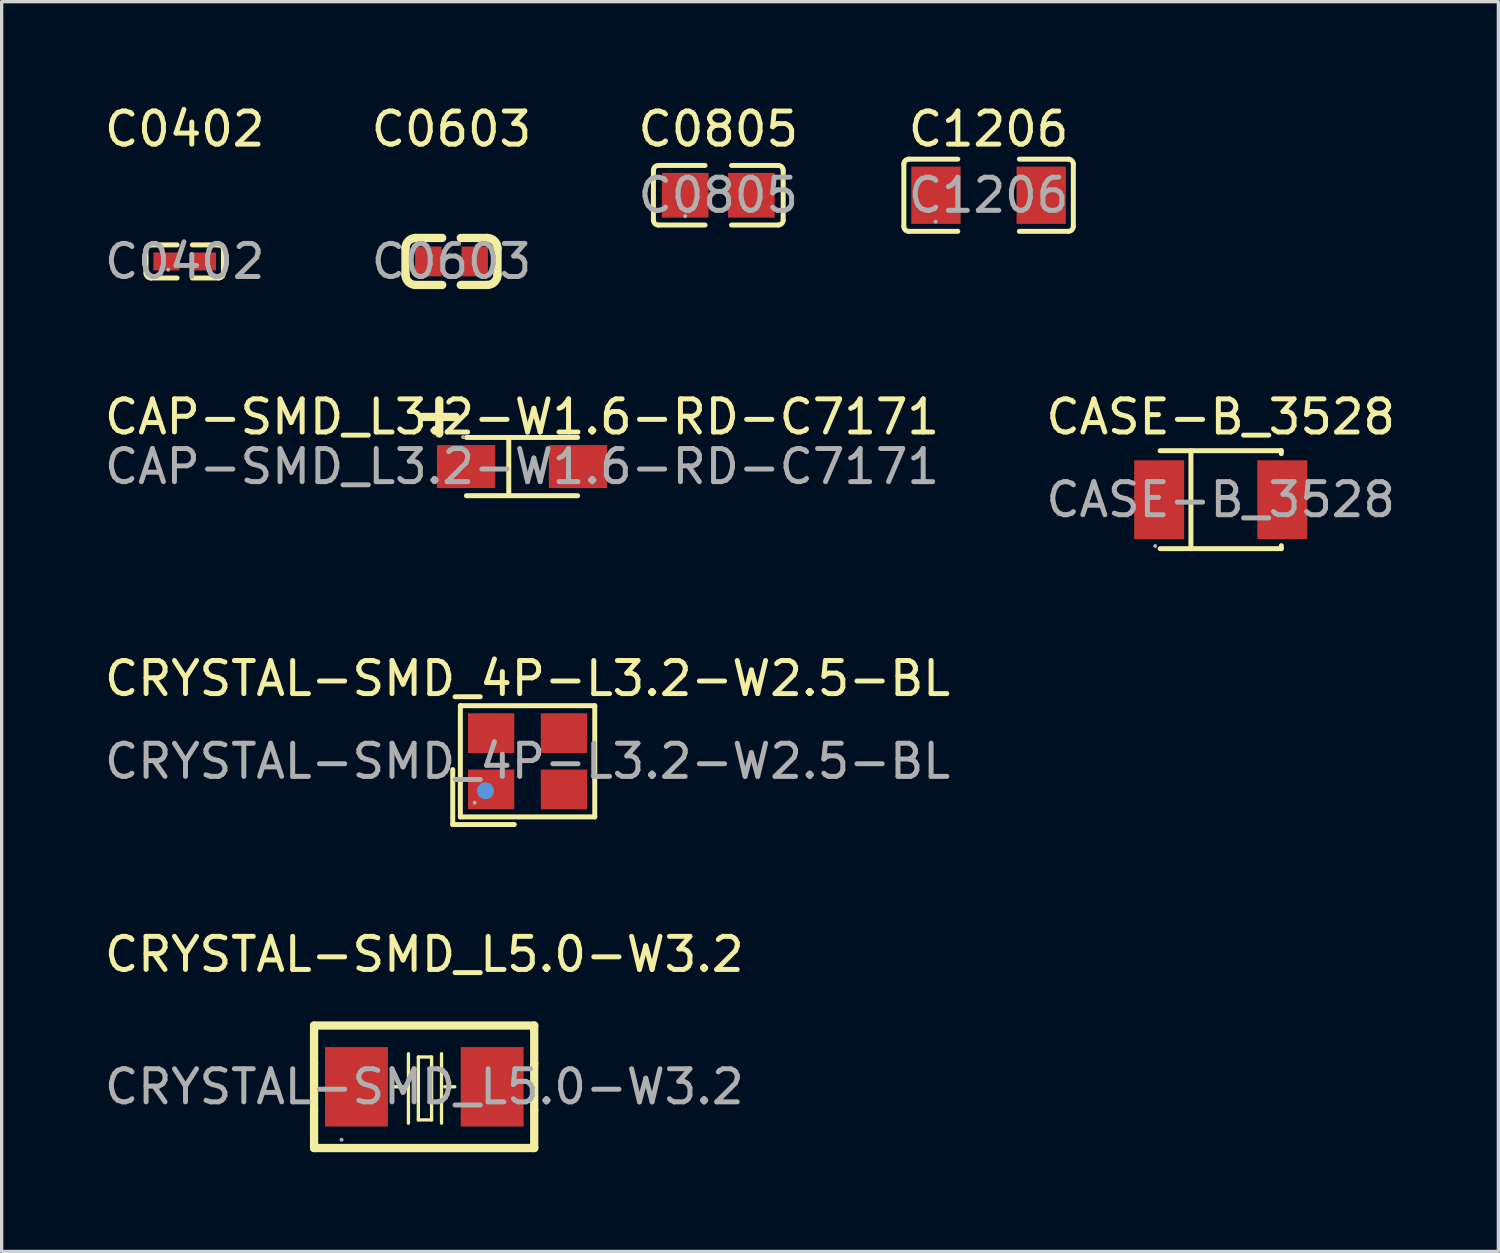
<source format=kicad_pcb>
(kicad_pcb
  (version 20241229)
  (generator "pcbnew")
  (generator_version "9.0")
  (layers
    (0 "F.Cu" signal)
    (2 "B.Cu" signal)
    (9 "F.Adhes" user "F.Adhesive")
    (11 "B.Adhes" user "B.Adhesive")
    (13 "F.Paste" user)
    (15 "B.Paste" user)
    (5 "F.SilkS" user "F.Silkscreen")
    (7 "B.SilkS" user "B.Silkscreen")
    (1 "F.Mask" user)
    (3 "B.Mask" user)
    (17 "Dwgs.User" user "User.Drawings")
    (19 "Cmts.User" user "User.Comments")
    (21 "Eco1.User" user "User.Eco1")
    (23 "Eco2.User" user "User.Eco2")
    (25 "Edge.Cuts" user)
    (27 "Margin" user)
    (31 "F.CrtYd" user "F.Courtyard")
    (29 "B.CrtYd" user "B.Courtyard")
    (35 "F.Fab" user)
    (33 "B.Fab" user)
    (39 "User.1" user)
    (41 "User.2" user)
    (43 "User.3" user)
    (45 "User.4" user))
  (footprint "CRYSTAL-SMD_4P-L3.2-W2.5-BL"
    (layer "F.Cu")
    (at 12.887 19.948)
    (property "Reference" "CRYSTAL-SMD_4P-L3.2-W2.5-BL" (at 0 -2.5 0) (layer "F.SilkS") (effects (font (size 1 1) (thickness 0.15))))
    (attr smd)
    (fp_line (start -2.26 0.25) (end -2.26 1.91) (stroke (width 0.15) (type solid)) (layer "F.SilkS"))
    (fp_line (start -2.26 1.91) (end -0.4 1.91) (stroke (width 0.15) (type solid)) (layer "F.SilkS"))
    (fp_line (start -2.03 -1.68) (end 2.03 -1.68) (stroke (width 0.15) (type solid)) (layer "F.SilkS"))
    (fp_line (start -2.03 1.68) (end -2.03 -1.68) (stroke (width 0.15) (type solid)) (layer "F.SilkS"))
    (fp_line (start 2.03 -1.68) (end 2.03 1.68) (stroke (width 0.15) (type solid)) (layer "F.SilkS"))
    (fp_line (start 2.03 1.68) (end -2.03 1.68) (stroke (width 0.15) (type solid)) (layer "F.SilkS"))
    (fp_circle (center -1.27 0.89) (end -1.14 0.89) (stroke (width 0.25) (type solid)) (fill no) (layer "Cmts.User"))
    (fp_circle (center -1.6 1.25) (end -1.57 1.25) (stroke (width 0.06) (type solid)) (fill no) (layer "F.Fab"))
    (fp_text user "${REFERENCE}" (at 0 0 0) (layer "F.Fab") (effects (font (size 1 1) (thickness 0.15))))
    (pad "1" smd rect (at -1.1 0.85) (size 1.4 1.2) (layers "F.Cu" "F.Mask" "F.Paste"))
    (pad "2" smd rect (at 1.1 0.85) (size 1.4 1.2) (layers "F.Cu" "F.Mask" "F.Paste"))
    (pad "3" smd rect (at 1.1 -0.85) (size 1.4 1.2) (layers "F.Cu" "F.Mask" "F.Paste"))
    (pad "4" smd rect (at -1.1 -0.85) (size 1.4 1.2) (layers "F.Cu" "F.Mask" "F.Paste")))
  (footprint "CASE-B_3528"
    (layer "F.Cu")
    (at 33.827 12.045)
    (property "Reference" "CASE-B_3528" (at 0 -2.5 0) (layer "F.SilkS") (effects (font (size 1 1) (thickness 0.15))))
    (attr smd)
    (fp_line (start -0.9 1.48) (end -0.9 -1.48) (stroke (width 0.15) (type solid)) (layer "F.SilkS"))
    (fp_line (start 1.83 -1.48) (end -1.83 -1.48) (stroke (width 0.15) (type solid)) (layer "F.SilkS"))
    (fp_line (start 1.83 -1.48) (end 1.83 -1.39) (stroke (width 0.15) (type solid)) (layer "F.SilkS"))
    (fp_line (start 1.83 1.48) (end -1.83 1.48) (stroke (width 0.15) (type solid)) (layer "F.SilkS"))
    (fp_line (start 1.83 1.48) (end 1.83 1.39) (stroke (width 0.15) (type solid)) (layer "F.SilkS"))
    (fp_circle (center -1.98 1.4) (end -1.95 1.4) (stroke (width 0.06) (type solid)) (fill no) (layer "F.Fab"))
    (fp_text user "${REFERENCE}" (at 0 0 0) (layer "F.Fab") (effects (font (size 1 1) (thickness 0.15))))
    (pad "1" smd rect (at -1.86 0 180) (size 1.51 2.38) (layers "F.Cu" "F.Mask" "F.Paste"))
    (pad "2" smd rect (at 1.86 0 180) (size 1.51 2.38) (layers "F.Cu" "F.Mask" "F.Paste")))
  (footprint "C0402"
    (layer "F.Cu")
    (at 2.53 4.848)
    (property "Reference" "C0402" (at 0 -4 0) (layer "F.SilkS") (effects (font (size 1 1) (thickness 0.15))))
    (attr smd)
    (fp_line (start -1.17 0.35) (end -1.17 -0.35) (stroke (width 0.15) (type solid)) (layer "F.SilkS"))
    (fp_line (start -1.02 -0.5) (end -0.23 -0.5) (stroke (width 0.15) (type solid)) (layer "F.SilkS"))
    (fp_line (start -0.23 0.5) (end -1.02 0.5) (stroke (width 0.15) (type solid)) (layer "F.SilkS"))
    (fp_line (start 0.23 0.5) (end 1.02 0.5) (stroke (width 0.15) (type solid)) (layer "F.SilkS"))
    (fp_line (start 1.02 -0.5) (end 0.23 -0.5) (stroke (width 0.15) (type solid)) (layer "F.SilkS"))
    (fp_line (start 1.17 0.35) (end 1.17 -0.35) (stroke (width 0.15) (type solid)) (layer "F.SilkS"))
    (fp_arc (start -1.17 -0.35) (mid -1.126066 -0.456066) (end -1.02 -0.5) (stroke (width 0.15) (type solid)) (layer "F.SilkS"))
    (fp_arc (start -1.02 0.5) (mid -1.126066 0.456066) (end -1.17 0.35) (stroke (width 0.15) (type solid)) (layer "F.SilkS"))
    (fp_arc (start 1.02 -0.5) (mid 1.126066 -0.456066) (end 1.17 -0.35) (stroke (width 0.15) (type solid)) (layer "F.SilkS"))
    (fp_arc (start 1.17 0.35) (mid 1.126066 0.456066) (end 1.02 0.5) (stroke (width 0.15) (type solid)) (layer "F.SilkS"))
    (fp_circle (center -0.5 0.25) (end -0.47 0.25) (stroke (width 0.06) (type solid)) (fill no) (layer "F.Fab"))
    (fp_text user "${REFERENCE}" (at 0 0 0) (layer "F.Fab") (effects (font (size 1 1) (thickness 0.15))))
    (pad "1" smd rect (at -0.55 0) (size 0.79 0.54) (layers "F.Cu" "F.Mask" "F.Paste"))
    (pad "2" smd rect (at 0.55 0) (size 0.79 0.54) (layers "F.Cu" "F.Mask" "F.Paste")))
  (footprint "C0603"
    (layer "F.Cu")
    (at 10.589 4.848)
    (property "Reference" "C0603" (at 0 -4 0) (layer "F.SilkS") (effects (font (size 1 1) (thickness 0.15))))
    (attr smd)
    (fp_line (start -1.39 0.4) (end -1.39 -0.4) (stroke (width 0.25) (type solid)) (layer "F.SilkS"))
    (fp_line (start -0.28 -0.71) (end -1.08 -0.71) (stroke (width 0.25) (type solid)) (layer "F.SilkS"))
    (fp_line (start -0.28 0.71) (end -1.08 0.71) (stroke (width 0.25) (type solid)) (layer "F.SilkS"))
    (fp_line (start 0.28 -0.71) (end 1.08 -0.71) (stroke (width 0.25) (type solid)) (layer "F.SilkS"))
    (fp_line (start 0.28 0.71) (end 1.08 0.71) (stroke (width 0.25) (type solid)) (layer "F.SilkS"))
    (fp_line (start 1.39 -0.4) (end 1.39 0.4) (stroke (width 0.25) (type solid)) (layer "F.SilkS"))
    (fp_arc (start -1.39 -0.4) (mid -1.299203 -0.619203) (end -1.08 -0.71) (stroke (width 0.25) (type solid)) (layer "F.SilkS"))
    (fp_arc (start -1.08 0.71) (mid -1.299203 0.619203) (end -1.39 0.4) (stroke (width 0.25) (type solid)) (layer "F.SilkS"))
    (fp_arc (start 1.08 -0.71) (mid 1.299203 -0.619203) (end 1.39 -0.4) (stroke (width 0.25) (type solid)) (layer "F.SilkS"))
    (fp_arc (start 1.39 0.4) (mid 1.299203 0.619203) (end 1.08 0.71) (stroke (width 0.25) (type solid)) (layer "F.SilkS"))
    (fp_circle (center -0.8 0.4) (end -0.77 0.4) (stroke (width 0.06) (type solid)) (fill no) (layer "F.Fab"))
    (fp_text user "${REFERENCE}" (at 0 0 0) (layer "F.Fab") (effects (font (size 1 1) (thickness 0.15))))
    (pad "1" smd rect (at -0.7 0) (size 0.8 0.9) (layers "F.Cu" "F.Mask" "F.Paste"))
    (pad "2" smd rect (at 0.7 0) (size 0.8 0.9) (layers "F.Cu" "F.Mask" "F.Paste")))
  (footprint "C0805"
    (layer "F.Cu")
    (at 18.649 2.848)
    (property "Reference" "C0805" (at 0 -2 0) (layer "F.SilkS") (effects (font (size 1 1) (thickness 0.15))))
    (attr smd)
    (fp_line (start -1.96 0.75) (end -1.96 -0.75) (stroke (width 0.15) (type solid)) (layer "F.SilkS"))
    (fp_line (start -1.81 -0.9) (end -0.4 -0.9) (stroke (width 0.15) (type solid)) (layer "F.SilkS"))
    (fp_line (start -0.4 0.9) (end -1.81 0.9) (stroke (width 0.15) (type solid)) (layer "F.SilkS"))
    (fp_line (start 0.4 0.9) (end 1.81 0.9) (stroke (width 0.15) (type solid)) (layer "F.SilkS"))
    (fp_line (start 1.81 -0.9) (end 0.4 -0.9) (stroke (width 0.15) (type solid)) (layer "F.SilkS"))
    (fp_line (start 1.96 0.75) (end 1.96 -0.75) (stroke (width 0.15) (type solid)) (layer "F.SilkS"))
    (fp_arc (start -1.96 -0.75) (mid -1.916066 -0.856066) (end -1.81 -0.9) (stroke (width 0.15) (type solid)) (layer "F.SilkS"))
    (fp_arc (start -1.81 0.9) (mid -1.916066 0.856066) (end -1.96 0.75) (stroke (width 0.15) (type solid)) (layer "F.SilkS"))
    (fp_arc (start 1.81 -0.9) (mid 1.916066 -0.856066) (end 1.96 -0.75) (stroke (width 0.15) (type solid)) (layer "F.SilkS"))
    (fp_arc (start 1.96 0.75) (mid 1.916066 0.856066) (end 1.81 0.9) (stroke (width 0.15) (type solid)) (layer "F.SilkS"))
    (fp_circle (center -1 0.63) (end -0.97 0.63) (stroke (width 0.06) (type solid)) (fill no) (layer "F.Fab"))
    (fp_text user "${REFERENCE}" (at 0 0 0) (layer "F.Fab") (effects (font (size 1 1) (thickness 0.15))))
    (pad "1" smd rect (at -1 0) (size 1.41 1.35) (layers "F.Cu" "F.Mask" "F.Paste"))
    (pad "2" smd rect (at 1 0) (size 1.41 1.35) (layers "F.Cu" "F.Mask" "F.Paste")))
  (footprint "CRYSTAL-SMD_L5.0-W3.2"
    (layer "F.Cu")
    (at 9.768 29.781)
    (property "Reference" "CRYSTAL-SMD_L5.0-W3.2" (at 0 -4 0) (layer "F.SilkS") (effects (font (size 1 1) (thickness 0.15))))
    (attr smd)
    (fp_line (start -3.33 -1.85) (end 3.32 -1.85) (stroke (width 0.25) (type solid)) (layer "F.SilkS"))
    (fp_line (start -3.33 -0.7) (end -3.33 -1.85) (stroke (width 0.25) (type solid)) (layer "F.SilkS"))
    (fp_line (start -3.33 0.7) (end -3.33 -0.7) (stroke (width 0.25) (type solid)) (layer "F.SilkS"))
    (fp_line (start -3.33 1.85) (end -3.33 0.7) (stroke (width 0.25) (type solid)) (layer "F.SilkS"))
    (fp_line (start -0.94 0) (end -0.58 0) (stroke (width 0.1) (type solid)) (layer "F.SilkS"))
    (fp_line (start -0.48 -1) (end -0.48 1.1) (stroke (width 0.1) (type solid)) (layer "F.SilkS"))
    (fp_line (start -0.18 -0.9) (end -0.18 1) (stroke (width 0.1) (type solid)) (layer "F.SilkS"))
    (fp_line (start -0.18 1) (end 0.22 1) (stroke (width 0.1) (type solid)) (layer "F.SilkS"))
    (fp_line (start 0.22 -0.9) (end -0.18 -0.9) (stroke (width 0.1) (type solid)) (layer "F.SilkS"))
    (fp_line (start 0.22 1) (end 0.22 -0.9) (stroke (width 0.1) (type solid)) (layer "F.SilkS"))
    (fp_line (start 0.52 -1) (end 0.52 1.1) (stroke (width 0.1) (type solid)) (layer "F.SilkS"))
    (fp_line (start 0.62 0) (end 0.92 0) (stroke (width 0.1) (type solid)) (layer "F.SilkS"))
    (fp_line (start 3.32 -1.85) (end 3.32 -0.7) (stroke (width 0.25) (type solid)) (layer "F.SilkS"))
    (fp_line (start 3.32 -0.7) (end 3.32 0.7) (stroke (width 0.25) (type solid)) (layer "F.SilkS"))
    (fp_line (start 3.32 0.7) (end 3.32 1.85) (stroke (width 0.25) (type solid)) (layer "F.SilkS"))
    (fp_line (start 3.32 1.85) (end -3.33 1.85) (stroke (width 0.25) (type solid)) (layer "F.SilkS"))
    (fp_circle (center -2.5 1.6) (end -2.47 1.6) (stroke (width 0.06) (type solid)) (fill no) (layer "F.Fab"))
    (fp_text user "${REFERENCE}" (at 0 0 0) (layer "F.Fab") (effects (font (size 1 1) (thickness 0.15))))
    (pad "1" smd rect (at -2.05 0) (size 1.9 2.4) (layers "F.Cu" "F.Mask" "F.Paste"))
    (pad "2" smd rect (at 2.05 0) (size 1.9 2.4) (layers "F.Cu" "F.Mask" "F.Paste")))
  (footprint "C1206"
    (layer "F.Cu")
    (at 26.814 2.848)
    (property "Reference" "C1206" (at 0 -2 0) (layer "F.SilkS") (effects (font (size 1 1) (thickness 0.15))))
    (attr smd)
    (fp_line (start -2.56 0.94) (end -2.56 -0.94) (stroke (width 0.15) (type solid)) (layer "F.SilkS"))
    (fp_line (start -2.41 -1.09) (end -0.93 -1.09) (stroke (width 0.15) (type solid)) (layer "F.SilkS"))
    (fp_line (start -0.93 1.09) (end -2.41 1.09) (stroke (width 0.15) (type solid)) (layer "F.SilkS"))
    (fp_line (start 0.93 1.09) (end 2.41 1.09) (stroke (width 0.15) (type solid)) (layer "F.SilkS"))
    (fp_line (start 2.41 -1.09) (end 0.93 -1.09) (stroke (width 0.15) (type solid)) (layer "F.SilkS"))
    (fp_line (start 2.56 0.94) (end 2.56 -0.94) (stroke (width 0.15) (type solid)) (layer "F.SilkS"))
    (fp_arc (start -2.56 -0.94) (mid -2.516066 -1.046066) (end -2.41 -1.09) (stroke (width 0.15) (type solid)) (layer "F.SilkS"))
    (fp_arc (start -2.41 1.09) (mid -2.516066 1.046066) (end -2.56 0.94) (stroke (width 0.15) (type solid)) (layer "F.SilkS"))
    (fp_arc (start 2.41 -1.09) (mid 2.516066 -1.046066) (end 2.56 -0.94) (stroke (width 0.15) (type solid)) (layer "F.SilkS"))
    (fp_arc (start 2.56 0.94) (mid 2.516066 1.046066) (end 2.41 1.09) (stroke (width 0.15) (type solid)) (layer "F.SilkS"))
    (fp_circle (center -1.6 0.8) (end -1.57 0.8) (stroke (width 0.06) (type solid)) (fill no) (layer "F.Fab"))
    (fp_text user "${REFERENCE}" (at 0 0 0) (layer "F.Fab") (effects (font (size 1 1) (thickness 0.15))))
    (pad "1" smd rect (at -1.59 0) (size 1.49 1.73) (layers "F.Cu" "F.Mask" "F.Paste"))
    (pad "2" smd rect (at 1.59 0) (size 1.49 1.73) (layers "F.Cu" "F.Mask" "F.Paste")))
  (footprint "CAP-SMD_L3.2-W1.6-RD-C7171"
    (layer "F.Cu")
    (at 12.72 11.045)
    (property "Reference" "CAP-SMD_L3.2-W1.6-RD-C7171" (at 0 -1.5 0) (layer "F.SilkS") (effects (font (size 1 1) (thickness 0.15))))
    (attr smd)
    (fp_line (start -3 -1.5) (end -2 -1.5) (stroke (width 0.25) (type solid)) (layer "F.SilkS"))
    (fp_line (start -2.5 -2) (end -2.5 -1) (stroke (width 0.25) (type solid)) (layer "F.SilkS"))
    (fp_line (start -0.4 0.88) (end -0.4 -0.88) (stroke (width 0.15) (type solid)) (layer "F.SilkS"))
    (fp_line (start 1.68 -0.88) (end -1.68 -0.88) (stroke (width 0.15) (type solid)) (layer "F.SilkS"))
    (fp_line (start 1.68 0.88) (end -1.68 0.88) (stroke (width 0.15) (type solid)) (layer "F.SilkS"))
    (fp_circle (center -1.78 -0.89) (end -1.75 -0.89) (stroke (width 0.06) (type solid)) (fill no) (layer "F.Fab"))
    (fp_text user "${REFERENCE}" (at 0 0 0) (layer "F.Fab") (effects (font (size 1 1) (thickness 0.15))))
    (pad "1" smd rect (at -1.69 0 180) (size 1.76 1.3) (layers "F.Cu" "F.Mask" "F.Paste"))
    (pad "2" smd rect (at 1.69 0 180) (size 1.76 1.3) (layers "F.Cu" "F.Mask" "F.Paste")))
  (gr_rect
    (start -3 -3)
    (end 42.214 34.756)
    (stroke (width 0.1) (type default))
    (fill no)
    (layer "Edge.Cuts")))
</source>
